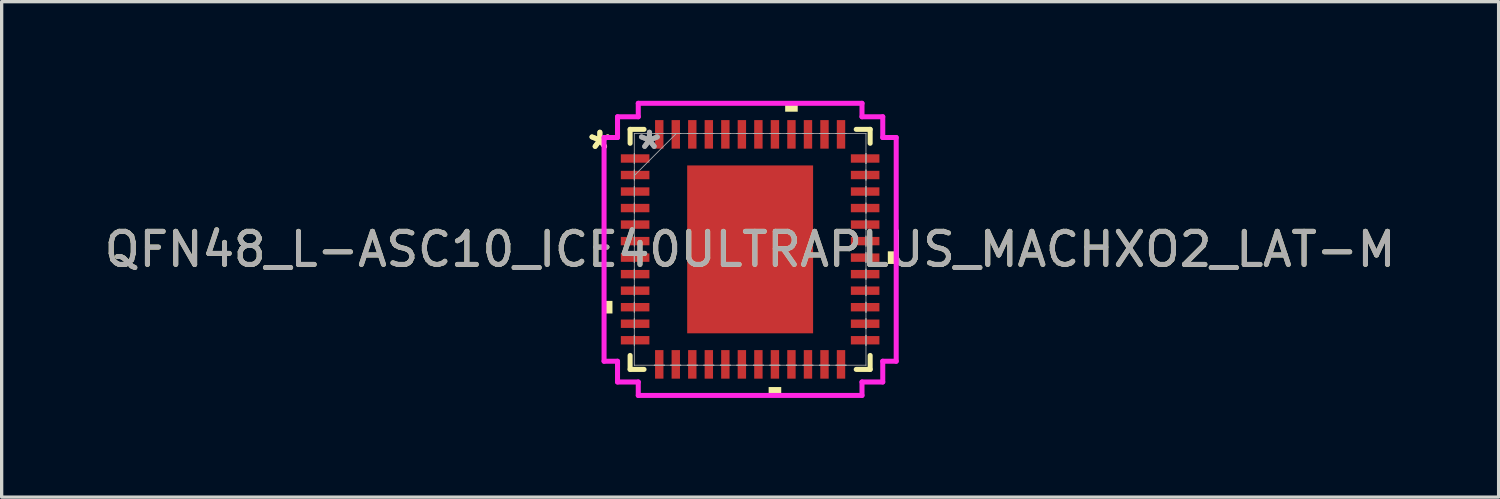
<source format=kicad_pcb>
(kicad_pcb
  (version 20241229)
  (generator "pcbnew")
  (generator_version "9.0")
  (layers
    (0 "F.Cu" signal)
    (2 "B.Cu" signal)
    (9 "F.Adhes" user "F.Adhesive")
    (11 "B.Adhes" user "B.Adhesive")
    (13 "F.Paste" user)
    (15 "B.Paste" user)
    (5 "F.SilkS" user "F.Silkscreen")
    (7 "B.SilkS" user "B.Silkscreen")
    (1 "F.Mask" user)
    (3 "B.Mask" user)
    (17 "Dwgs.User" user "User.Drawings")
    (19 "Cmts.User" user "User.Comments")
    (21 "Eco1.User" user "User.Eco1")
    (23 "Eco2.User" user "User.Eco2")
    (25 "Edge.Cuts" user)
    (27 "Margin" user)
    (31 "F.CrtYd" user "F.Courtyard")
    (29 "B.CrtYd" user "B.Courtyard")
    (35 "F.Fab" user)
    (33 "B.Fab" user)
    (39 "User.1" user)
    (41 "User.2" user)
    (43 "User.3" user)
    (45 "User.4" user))
  (footprint "QFN48_L-ASC10_ICE40ULTRAPLUS_MACHXO2_LAT-M"
    (layer "F.Cu")
    (at 19.649 4.496)
    (property "Reference" "QFN48_L-ASC10_ICE40ULTRAPLUS_MACHXO2_LAT-M" (at 0 0 0) (unlocked yes) (layer "F.SilkS") (effects (font (size 1 1) (thickness 0.15))))
    (attr smd)
    (fp_line (start -3.632 -3.632) (end -3.632 -3.21) (stroke (width 0.152) (type solid)) (layer "F.SilkS"))
    (fp_line (start -3.632 3.21) (end -3.632 3.632) (stroke (width 0.152) (type solid)) (layer "F.SilkS"))
    (fp_line (start -3.632 3.632) (end -3.21 3.632) (stroke (width 0.152) (type solid)) (layer "F.SilkS"))
    (fp_line (start -3.21 -3.632) (end -3.632 -3.632) (stroke (width 0.152) (type solid)) (layer "F.SilkS"))
    (fp_line (start 3.21 3.632) (end 3.632 3.632) (stroke (width 0.152) (type solid)) (layer "F.SilkS"))
    (fp_line (start 3.632 -3.632) (end 3.21 -3.632) (stroke (width 0.152) (type solid)) (layer "F.SilkS"))
    (fp_line (start 3.632 -3.21) (end 3.632 -3.632) (stroke (width 0.152) (type solid)) (layer "F.SilkS"))
    (fp_line (start 3.632 3.632) (end 3.632 3.21) (stroke (width 0.152) (type solid)) (layer "F.SilkS"))
    (fp_poly (pts (xy -4.42 1.559) (xy -4.42 1.94) (xy -4.166 1.94) (xy -4.166 1.559)) (stroke (width 0) (type solid)) (fill yes) (layer "F.SilkS"))
    (fp_poly (pts (xy 0.56 4.166) (xy 0.56 4.42) (xy 0.941 4.42) (xy 0.941 4.166)) (stroke (width 0) (type solid)) (fill yes) (layer "F.SilkS"))
    (fp_poly (pts (xy 1.06 -4.166) (xy 1.06 -4.42) (xy 1.44 -4.42) (xy 1.44 -4.166)) (stroke (width 0) (type solid)) (fill yes) (layer "F.SilkS"))
    (fp_poly (pts (xy 4.42 0.059) (xy 4.42 0.441) (xy 4.166 0.441) (xy 4.166 0.059)) (stroke (width 0) (type solid)) (fill yes) (layer "F.SilkS"))
    (fp_poly (pts (xy -1.805 -2.44) (xy -1.805 -1.37) (xy -0.735 -1.37) (xy -0.735 -2.44)) (stroke (width 0) (type solid)) (fill yes) (layer "F.Paste"))
    (fp_poly (pts (xy -1.805 -1.17) (xy -1.805 -0.1) (xy -0.735 -0.1) (xy -0.735 -1.17)) (stroke (width 0) (type solid)) (fill yes) (layer "F.Paste"))
    (fp_poly (pts (xy -1.805 0.1) (xy -1.805 1.17) (xy -0.735 1.17) (xy -0.735 0.1)) (stroke (width 0) (type solid)) (fill yes) (layer "F.Paste"))
    (fp_poly (pts (xy -1.805 1.37) (xy -1.805 2.44) (xy -0.735 2.44) (xy -0.735 1.37)) (stroke (width 0) (type solid)) (fill yes) (layer "F.Paste"))
    (fp_poly (pts (xy -0.535 -2.44) (xy -0.535 -1.37) (xy 0.535 -1.37) (xy 0.535 -2.44)) (stroke (width 0) (type solid)) (fill yes) (layer "F.Paste"))
    (fp_poly (pts (xy -0.535 -1.17) (xy -0.535 -0.1) (xy 0.535 -0.1) (xy 0.535 -1.17)) (stroke (width 0) (type solid)) (fill yes) (layer "F.Paste"))
    (fp_poly (pts (xy -0.535 0.1) (xy -0.535 1.17) (xy 0.535 1.17) (xy 0.535 0.1)) (stroke (width 0) (type solid)) (fill yes) (layer "F.Paste"))
    (fp_poly (pts (xy -0.535 1.37) (xy -0.535 2.44) (xy 0.535 2.44) (xy 0.535 1.37)) (stroke (width 0) (type solid)) (fill yes) (layer "F.Paste"))
    (fp_poly (pts (xy 0.735 -2.44) (xy 0.735 -1.37) (xy 1.805 -1.37) (xy 1.805 -2.44)) (stroke (width 0) (type solid)) (fill yes) (layer "F.Paste"))
    (fp_poly (pts (xy 0.735 -1.17) (xy 0.735 -0.1) (xy 1.805 -0.1) (xy 1.805 -1.17)) (stroke (width 0) (type solid)) (fill yes) (layer "F.Paste"))
    (fp_poly (pts (xy 0.735 0.1) (xy 0.735 1.17) (xy 1.805 1.17) (xy 1.805 0.1)) (stroke (width 0) (type solid)) (fill yes) (layer "F.Paste"))
    (fp_poly (pts (xy 0.735 1.37) (xy 0.735 2.44) (xy 1.805 2.44) (xy 1.805 1.37)) (stroke (width 0) (type solid)) (fill yes) (layer "F.Paste"))
    (fp_line (start -4.42 -3.385) (end -4.013 -3.385) (stroke (width 0.152) (type solid)) (layer "F.CrtYd"))
    (fp_line (start -4.42 3.385) (end -4.42 -3.385) (stroke (width 0.152) (type solid)) (layer "F.CrtYd"))
    (fp_line (start -4.013 -4.013) (end -3.385 -4.013) (stroke (width 0.152) (type solid)) (layer "F.CrtYd"))
    (fp_line (start -4.013 -3.385) (end -4.013 -4.013) (stroke (width 0.152) (type solid)) (layer "F.CrtYd"))
    (fp_line (start -4.013 3.385) (end -4.42 3.385) (stroke (width 0.152) (type solid)) (layer "F.CrtYd"))
    (fp_line (start -4.013 4.013) (end -4.013 3.385) (stroke (width 0.152) (type solid)) (layer "F.CrtYd"))
    (fp_line (start -3.385 -4.42) (end 3.385 -4.42) (stroke (width 0.152) (type solid)) (layer "F.CrtYd"))
    (fp_line (start -3.385 -4.013) (end -3.385 -4.42) (stroke (width 0.152) (type solid)) (layer "F.CrtYd"))
    (fp_line (start -3.385 4.013) (end -4.013 4.013) (stroke (width 0.152) (type solid)) (layer "F.CrtYd"))
    (fp_line (start -3.385 4.42) (end -3.385 4.013) (stroke (width 0.152) (type solid)) (layer "F.CrtYd"))
    (fp_line (start 3.385 -4.42) (end 3.385 -4.013) (stroke (width 0.152) (type solid)) (layer "F.CrtYd"))
    (fp_line (start 3.385 -4.013) (end 4.013 -4.013) (stroke (width 0.152) (type solid)) (layer "F.CrtYd"))
    (fp_line (start 3.385 4.013) (end 3.385 4.42) (stroke (width 0.152) (type solid)) (layer "F.CrtYd"))
    (fp_line (start 3.385 4.42) (end -3.385 4.42) (stroke (width 0.152) (type solid)) (layer "F.CrtYd"))
    (fp_line (start 4.013 -4.013) (end 4.013 -3.385) (stroke (width 0.152) (type solid)) (layer "F.CrtYd"))
    (fp_line (start 4.013 -3.385) (end 4.42 -3.385) (stroke (width 0.152) (type solid)) (layer "F.CrtYd"))
    (fp_line (start 4.013 3.385) (end 4.013 4.013) (stroke (width 0.152) (type solid)) (layer "F.CrtYd"))
    (fp_line (start 4.013 4.013) (end 3.385 4.013) (stroke (width 0.152) (type solid)) (layer "F.CrtYd"))
    (fp_line (start 4.42 -3.385) (end 4.42 3.385) (stroke (width 0.152) (type solid)) (layer "F.CrtYd"))
    (fp_line (start 4.42 3.385) (end 4.013 3.385) (stroke (width 0.152) (type solid)) (layer "F.CrtYd"))
    (fp_line (start -3.505 -3.505) (end -3.505 -3.505) (stroke (width 0.025) (type solid)) (layer "F.Fab"))
    (fp_line (start -3.505 -3.505) (end -3.505 3.505) (stroke (width 0.025) (type solid)) (layer "F.Fab"))
    (fp_line (start -3.505 -2.902) (end -3.505 -2.902) (stroke (width 0.025) (type solid)) (layer "F.Fab"))
    (fp_line (start -3.505 -2.902) (end -3.505 -2.598) (stroke (width 0.025) (type solid)) (layer "F.Fab"))
    (fp_line (start -3.505 -2.598) (end -3.505 -2.902) (stroke (width 0.025) (type solid)) (layer "F.Fab"))
    (fp_line (start -3.505 -2.598) (end -3.505 -2.598) (stroke (width 0.025) (type solid)) (layer "F.Fab"))
    (fp_line (start -3.505 -2.402) (end -3.505 -2.402) (stroke (width 0.025) (type solid)) (layer "F.Fab"))
    (fp_line (start -3.505 -2.402) (end -3.505 -2.098) (stroke (width 0.025) (type solid)) (layer "F.Fab"))
    (fp_line (start -3.505 -2.235) (end -2.235 -3.505) (stroke (width 0.025) (type solid)) (layer "F.Fab"))
    (fp_line (start -3.505 -2.098) (end -3.505 -2.402) (stroke (width 0.025) (type solid)) (layer "F.Fab"))
    (fp_line (start -3.505 -2.098) (end -3.505 -2.098) (stroke (width 0.025) (type solid)) (layer "F.Fab"))
    (fp_line (start -3.505 -1.902) (end -3.505 -1.902) (stroke (width 0.025) (type solid)) (layer "F.Fab"))
    (fp_line (start -3.505 -1.902) (end -3.505 -1.598) (stroke (width 0.025) (type solid)) (layer "F.Fab"))
    (fp_line (start -3.505 -1.598) (end -3.505 -1.902) (stroke (width 0.025) (type solid)) (layer "F.Fab"))
    (fp_line (start -3.505 -1.598) (end -3.505 -1.598) (stroke (width 0.025) (type solid)) (layer "F.Fab"))
    (fp_line (start -3.505 -1.402) (end -3.505 -1.402) (stroke (width 0.025) (type solid)) (layer "F.Fab"))
    (fp_line (start -3.505 -1.402) (end -3.505 -1.098) (stroke (width 0.025) (type solid)) (layer "F.Fab"))
    (fp_line (start -3.505 -1.098) (end -3.505 -1.402) (stroke (width 0.025) (type solid)) (layer "F.Fab"))
    (fp_line (start -3.505 -1.098) (end -3.505 -1.098) (stroke (width 0.025) (type solid)) (layer "F.Fab"))
    (fp_line (start -3.505 -0.902) (end -3.505 -0.902) (stroke (width 0.025) (type solid)) (layer "F.Fab"))
    (fp_line (start -3.505 -0.902) (end -3.505 -0.598) (stroke (width 0.025) (type solid)) (layer "F.Fab"))
    (fp_line (start -3.505 -0.598) (end -3.505 -0.902) (stroke (width 0.025) (type solid)) (layer "F.Fab"))
    (fp_line (start -3.505 -0.598) (end -3.505 -0.598) (stroke (width 0.025) (type solid)) (layer "F.Fab"))
    (fp_line (start -3.505 -0.402) (end -3.505 -0.402) (stroke (width 0.025) (type solid)) (layer "F.Fab"))
    (fp_line (start -3.505 -0.402) (end -3.505 -0.098) (stroke (width 0.025) (type solid)) (layer "F.Fab"))
    (fp_line (start -3.505 -0.098) (end -3.505 -0.402) (stroke (width 0.025) (type solid)) (layer "F.Fab"))
    (fp_line (start -3.505 -0.098) (end -3.505 -0.098) (stroke (width 0.025) (type solid)) (layer "F.Fab"))
    (fp_line (start -3.505 0.098) (end -3.505 0.098) (stroke (width 0.025) (type solid)) (layer "F.Fab"))
    (fp_line (start -3.505 0.098) (end -3.505 0.402) (stroke (width 0.025) (type solid)) (layer "F.Fab"))
    (fp_line (start -3.505 0.402) (end -3.505 0.098) (stroke (width 0.025) (type solid)) (layer "F.Fab"))
    (fp_line (start -3.505 0.402) (end -3.505 0.402) (stroke (width 0.025) (type solid)) (layer "F.Fab"))
    (fp_line (start -3.505 0.598) (end -3.505 0.598) (stroke (width 0.025) (type solid)) (layer "F.Fab"))
    (fp_line (start -3.505 0.598) (end -3.505 0.902) (stroke (width 0.025) (type solid)) (layer "F.Fab"))
    (fp_line (start -3.505 0.902) (end -3.505 0.598) (stroke (width 0.025) (type solid)) (layer "F.Fab"))
    (fp_line (start -3.505 0.902) (end -3.505 0.902) (stroke (width 0.025) (type solid)) (layer "F.Fab"))
    (fp_line (start -3.505 1.098) (end -3.505 1.098) (stroke (width 0.025) (type solid)) (layer "F.Fab"))
    (fp_line (start -3.505 1.098) (end -3.505 1.402) (stroke (width 0.025) (type solid)) (layer "F.Fab"))
    (fp_line (start -3.505 1.402) (end -3.505 1.098) (stroke (width 0.025) (type solid)) (layer "F.Fab"))
    (fp_line (start -3.505 1.402) (end -3.505 1.402) (stroke (width 0.025) (type solid)) (layer "F.Fab"))
    (fp_line (start -3.505 1.598) (end -3.505 1.598) (stroke (width 0.025) (type solid)) (layer "F.Fab"))
    (fp_line (start -3.505 1.598) (end -3.505 1.902) (stroke (width 0.025) (type solid)) (layer "F.Fab"))
    (fp_line (start -3.505 1.902) (end -3.505 1.598) (stroke (width 0.025) (type solid)) (layer "F.Fab"))
    (fp_line (start -3.505 1.902) (end -3.505 1.902) (stroke (width 0.025) (type solid)) (layer "F.Fab"))
    (fp_line (start -3.505 2.098) (end -3.505 2.098) (stroke (width 0.025) (type solid)) (layer "F.Fab"))
    (fp_line (start -3.505 2.098) (end -3.505 2.402) (stroke (width 0.025) (type solid)) (layer "F.Fab"))
    (fp_line (start -3.505 2.402) (end -3.505 2.098) (stroke (width 0.025) (type solid)) (layer "F.Fab"))
    (fp_line (start -3.505 2.402) (end -3.505 2.402) (stroke (width 0.025) (type solid)) (layer "F.Fab"))
    (fp_line (start -3.505 2.598) (end -3.505 2.598) (stroke (width 0.025) (type solid)) (layer "F.Fab"))
    (fp_line (start -3.505 2.598) (end -3.505 2.902) (stroke (width 0.025) (type solid)) (layer "F.Fab"))
    (fp_line (start -3.505 2.902) (end -3.505 2.598) (stroke (width 0.025) (type solid)) (layer "F.Fab"))
    (fp_line (start -3.505 2.902) (end -3.505 2.902) (stroke (width 0.025) (type solid)) (layer "F.Fab"))
    (fp_line (start -3.505 3.505) (end -3.505 3.505) (stroke (width 0.025) (type solid)) (layer "F.Fab"))
    (fp_line (start -3.505 3.505) (end 3.505 3.505) (stroke (width 0.025) (type solid)) (layer "F.Fab"))
    (fp_line (start -2.902 -3.505) (end -2.902 -3.505) (stroke (width 0.025) (type solid)) (layer "F.Fab"))
    (fp_line (start -2.902 -3.505) (end -2.598 -3.505) (stroke (width 0.025) (type solid)) (layer "F.Fab"))
    (fp_line (start -2.902 3.505) (end -2.902 3.505) (stroke (width 0.025) (type solid)) (layer "F.Fab"))
    (fp_line (start -2.902 3.505) (end -2.598 3.505) (stroke (width 0.025) (type solid)) (layer "F.Fab"))
    (fp_line (start -2.598 -3.505) (end -2.902 -3.505) (stroke (width 0.025) (type solid)) (layer "F.Fab"))
    (fp_line (start -2.598 -3.505) (end -2.598 -3.505) (stroke (width 0.025) (type solid)) (layer "F.Fab"))
    (fp_line (start -2.598 3.505) (end -2.902 3.505) (stroke (width 0.025) (type solid)) (layer "F.Fab"))
    (fp_line (start -2.598 3.505) (end -2.598 3.505) (stroke (width 0.025) (type solid)) (layer "F.Fab"))
    (fp_line (start -2.402 -3.505) (end -2.402 -3.505) (stroke (width 0.025) (type solid)) (layer "F.Fab"))
    (fp_line (start -2.402 -3.505) (end -2.098 -3.505) (stroke (width 0.025) (type solid)) (layer "F.Fab"))
    (fp_line (start -2.402 3.505) (end -2.402 3.505) (stroke (width 0.025) (type solid)) (layer "F.Fab"))
    (fp_line (start -2.402 3.505) (end -2.098 3.505) (stroke (width 0.025) (type solid)) (layer "F.Fab"))
    (fp_line (start -2.098 -3.505) (end -2.402 -3.505) (stroke (width 0.025) (type solid)) (layer "F.Fab"))
    (fp_line (start -2.098 -3.505) (end -2.098 -3.505) (stroke (width 0.025) (type solid)) (layer "F.Fab"))
    (fp_line (start -2.098 3.505) (end -2.402 3.505) (stroke (width 0.025) (type solid)) (layer "F.Fab"))
    (fp_line (start -2.098 3.505) (end -2.098 3.505) (stroke (width 0.025) (type solid)) (layer "F.Fab"))
    (fp_line (start -1.902 -3.505) (end -1.902 -3.505) (stroke (width 0.025) (type solid)) (layer "F.Fab"))
    (fp_line (start -1.902 -3.505) (end -1.598 -3.505) (stroke (width 0.025) (type solid)) (layer "F.Fab"))
    (fp_line (start -1.902 3.505) (end -1.902 3.505) (stroke (width 0.025) (type solid)) (layer "F.Fab"))
    (fp_line (start -1.902 3.505) (end -1.598 3.505) (stroke (width 0.025) (type solid)) (layer "F.Fab"))
    (fp_line (start -1.598 -3.505) (end -1.902 -3.505) (stroke (width 0.025) (type solid)) (layer "F.Fab"))
    (fp_line (start -1.598 -3.505) (end -1.598 -3.505) (stroke (width 0.025) (type solid)) (layer "F.Fab"))
    (fp_line (start -1.598 3.505) (end -1.902 3.505) (stroke (width 0.025) (type solid)) (layer "F.Fab"))
    (fp_line (start -1.598 3.505) (end -1.598 3.505) (stroke (width 0.025) (type solid)) (layer "F.Fab"))
    (fp_line (start -1.402 -3.505) (end -1.402 -3.505) (stroke (width 0.025) (type solid)) (layer "F.Fab"))
    (fp_line (start -1.402 -3.505) (end -1.098 -3.505) (stroke (width 0.025) (type solid)) (layer "F.Fab"))
    (fp_line (start -1.402 3.505) (end -1.402 3.505) (stroke (width 0.025) (type solid)) (layer "F.Fab"))
    (fp_line (start -1.402 3.505) (end -1.098 3.505) (stroke (width 0.025) (type solid)) (layer "F.Fab"))
    (fp_line (start -1.098 -3.505) (end -1.402 -3.505) (stroke (width 0.025) (type solid)) (layer "F.Fab"))
    (fp_line (start -1.098 -3.505) (end -1.098 -3.505) (stroke (width 0.025) (type solid)) (layer "F.Fab"))
    (fp_line (start -1.098 3.505) (end -1.402 3.505) (stroke (width 0.025) (type solid)) (layer "F.Fab"))
    (fp_line (start -1.098 3.505) (end -1.098 3.505) (stroke (width 0.025) (type solid)) (layer "F.Fab"))
    (fp_line (start -0.902 -3.505) (end -0.902 -3.505) (stroke (width 0.025) (type solid)) (layer "F.Fab"))
    (fp_line (start -0.902 -3.505) (end -0.598 -3.505) (stroke (width 0.025) (type solid)) (layer "F.Fab"))
    (fp_line (start -0.902 3.505) (end -0.902 3.505) (stroke (width 0.025) (type solid)) (layer "F.Fab"))
    (fp_line (start -0.902 3.505) (end -0.598 3.505) (stroke (width 0.025) (type solid)) (layer "F.Fab"))
    (fp_line (start -0.598 -3.505) (end -0.902 -3.505) (stroke (width 0.025) (type solid)) (layer "F.Fab"))
    (fp_line (start -0.598 -3.505) (end -0.598 -3.505) (stroke (width 0.025) (type solid)) (layer "F.Fab"))
    (fp_line (start -0.598 3.505) (end -0.902 3.505) (stroke (width 0.025) (type solid)) (layer "F.Fab"))
    (fp_line (start -0.598 3.505) (end -0.598 3.505) (stroke (width 0.025) (type solid)) (layer "F.Fab"))
    (fp_line (start -0.402 -3.505) (end -0.402 -3.505) (stroke (width 0.025) (type solid)) (layer "F.Fab"))
    (fp_line (start -0.402 -3.505) (end -0.098 -3.505) (stroke (width 0.025) (type solid)) (layer "F.Fab"))
    (fp_line (start -0.402 3.505) (end -0.402 3.505) (stroke (width 0.025) (type solid)) (layer "F.Fab"))
    (fp_line (start -0.402 3.505) (end -0.098 3.505) (stroke (width 0.025) (type solid)) (layer "F.Fab"))
    (fp_line (start -0.098 -3.505) (end -0.402 -3.505) (stroke (width 0.025) (type solid)) (layer "F.Fab"))
    (fp_line (start -0.098 -3.505) (end -0.098 -3.505) (stroke (width 0.025) (type solid)) (layer "F.Fab"))
    (fp_line (start -0.098 3.505) (end -0.402 3.505) (stroke (width 0.025) (type solid)) (layer "F.Fab"))
    (fp_line (start -0.098 3.505) (end -0.098 3.505) (stroke (width 0.025) (type solid)) (layer "F.Fab"))
    (fp_line (start 0.098 -3.505) (end 0.098 -3.505) (stroke (width 0.025) (type solid)) (layer "F.Fab"))
    (fp_line (start 0.098 -3.505) (end 0.402 -3.505) (stroke (width 0.025) (type solid)) (layer "F.Fab"))
    (fp_line (start 0.098 3.505) (end 0.098 3.505) (stroke (width 0.025) (type solid)) (layer "F.Fab"))
    (fp_line (start 0.098 3.505) (end 0.402 3.505) (stroke (width 0.025) (type solid)) (layer "F.Fab"))
    (fp_line (start 0.402 -3.505) (end 0.098 -3.505) (stroke (width 0.025) (type solid)) (layer "F.Fab"))
    (fp_line (start 0.402 -3.505) (end 0.402 -3.505) (stroke (width 0.025) (type solid)) (layer "F.Fab"))
    (fp_line (start 0.402 3.505) (end 0.098 3.505) (stroke (width 0.025) (type solid)) (layer "F.Fab"))
    (fp_line (start 0.402 3.505) (end 0.402 3.505) (stroke (width 0.025) (type solid)) (layer "F.Fab"))
    (fp_line (start 0.598 -3.505) (end 0.598 -3.505) (stroke (width 0.025) (type solid)) (layer "F.Fab"))
    (fp_line (start 0.598 -3.505) (end 0.902 -3.505) (stroke (width 0.025) (type solid)) (layer "F.Fab"))
    (fp_line (start 0.598 3.505) (end 0.598 3.505) (stroke (width 0.025) (type solid)) (layer "F.Fab"))
    (fp_line (start 0.598 3.505) (end 0.902 3.505) (stroke (width 0.025) (type solid)) (layer "F.Fab"))
    (fp_line (start 0.902 -3.505) (end 0.598 -3.505) (stroke (width 0.025) (type solid)) (layer "F.Fab"))
    (fp_line (start 0.902 -3.505) (end 0.902 -3.505) (stroke (width 0.025) (type solid)) (layer "F.Fab"))
    (fp_line (start 0.902 3.505) (end 0.598 3.505) (stroke (width 0.025) (type solid)) (layer "F.Fab"))
    (fp_line (start 0.902 3.505) (end 0.902 3.505) (stroke (width 0.025) (type solid)) (layer "F.Fab"))
    (fp_line (start 1.098 -3.505) (end 1.098 -3.505) (stroke (width 0.025) (type solid)) (layer "F.Fab"))
    (fp_line (start 1.098 -3.505) (end 1.402 -3.505) (stroke (width 0.025) (type solid)) (layer "F.Fab"))
    (fp_line (start 1.098 3.505) (end 1.098 3.505) (stroke (width 0.025) (type solid)) (layer "F.Fab"))
    (fp_line (start 1.098 3.505) (end 1.402 3.505) (stroke (width 0.025) (type solid)) (layer "F.Fab"))
    (fp_line (start 1.402 -3.505) (end 1.098 -3.505) (stroke (width 0.025) (type solid)) (layer "F.Fab"))
    (fp_line (start 1.402 -3.505) (end 1.402 -3.505) (stroke (width 0.025) (type solid)) (layer "F.Fab"))
    (fp_line (start 1.402 3.505) (end 1.098 3.505) (stroke (width 0.025) (type solid)) (layer "F.Fab"))
    (fp_line (start 1.402 3.505) (end 1.402 3.505) (stroke (width 0.025) (type solid)) (layer "F.Fab"))
    (fp_line (start 1.598 -3.505) (end 1.598 -3.505) (stroke (width 0.025) (type solid)) (layer "F.Fab"))
    (fp_line (start 1.598 -3.505) (end 1.902 -3.505) (stroke (width 0.025) (type solid)) (layer "F.Fab"))
    (fp_line (start 1.598 3.505) (end 1.598 3.505) (stroke (width 0.025) (type solid)) (layer "F.Fab"))
    (fp_line (start 1.598 3.505) (end 1.902 3.505) (stroke (width 0.025) (type solid)) (layer "F.Fab"))
    (fp_line (start 1.902 -3.505) (end 1.598 -3.505) (stroke (width 0.025) (type solid)) (layer "F.Fab"))
    (fp_line (start 1.902 -3.505) (end 1.902 -3.505) (stroke (width 0.025) (type solid)) (layer "F.Fab"))
    (fp_line (start 1.902 3.505) (end 1.598 3.505) (stroke (width 0.025) (type solid)) (layer "F.Fab"))
    (fp_line (start 1.902 3.505) (end 1.902 3.505) (stroke (width 0.025) (type solid)) (layer "F.Fab"))
    (fp_line (start 2.098 -3.505) (end 2.098 -3.505) (stroke (width 0.025) (type solid)) (layer "F.Fab"))
    (fp_line (start 2.098 -3.505) (end 2.402 -3.505) (stroke (width 0.025) (type solid)) (layer "F.Fab"))
    (fp_line (start 2.098 3.505) (end 2.098 3.505) (stroke (width 0.025) (type solid)) (layer "F.Fab"))
    (fp_line (start 2.098 3.505) (end 2.402 3.505) (stroke (width 0.025) (type solid)) (layer "F.Fab"))
    (fp_line (start 2.402 -3.505) (end 2.098 -3.505) (stroke (width 0.025) (type solid)) (layer "F.Fab"))
    (fp_line (start 2.402 -3.505) (end 2.402 -3.505) (stroke (width 0.025) (type solid)) (layer "F.Fab"))
    (fp_line (start 2.402 3.505) (end 2.098 3.505) (stroke (width 0.025) (type solid)) (layer "F.Fab"))
    (fp_line (start 2.402 3.505) (end 2.402 3.505) (stroke (width 0.025) (type solid)) (layer "F.Fab"))
    (fp_line (start 2.598 -3.505) (end 2.598 -3.505) (stroke (width 0.025) (type solid)) (layer "F.Fab"))
    (fp_line (start 2.598 -3.505) (end 2.902 -3.505) (stroke (width 0.025) (type solid)) (layer "F.Fab"))
    (fp_line (start 2.598 3.505) (end 2.598 3.505) (stroke (width 0.025) (type solid)) (layer "F.Fab"))
    (fp_line (start 2.598 3.505) (end 2.902 3.505) (stroke (width 0.025) (type solid)) (layer "F.Fab"))
    (fp_line (start 2.902 -3.505) (end 2.598 -3.505) (stroke (width 0.025) (type solid)) (layer "F.Fab"))
    (fp_line (start 2.902 -3.505) (end 2.902 -3.505) (stroke (width 0.025) (type solid)) (layer "F.Fab"))
    (fp_line (start 2.902 3.505) (end 2.598 3.505) (stroke (width 0.025) (type solid)) (layer "F.Fab"))
    (fp_line (start 2.902 3.505) (end 2.902 3.505) (stroke (width 0.025) (type solid)) (layer "F.Fab"))
    (fp_line (start 3.505 -3.505) (end -3.505 -3.505) (stroke (width 0.025) (type solid)) (layer "F.Fab"))
    (fp_line (start 3.505 -3.505) (end 3.505 -3.505) (stroke (width 0.025) (type solid)) (layer "F.Fab"))
    (fp_line (start 3.505 -2.902) (end 3.505 -2.902) (stroke (width 0.025) (type solid)) (layer "F.Fab"))
    (fp_line (start 3.505 -2.902) (end 3.505 -2.598) (stroke (width 0.025) (type solid)) (layer "F.Fab"))
    (fp_line (start 3.505 -2.598) (end 3.505 -2.902) (stroke (width 0.025) (type solid)) (layer "F.Fab"))
    (fp_line (start 3.505 -2.598) (end 3.505 -2.598) (stroke (width 0.025) (type solid)) (layer "F.Fab"))
    (fp_line (start 3.505 -2.402) (end 3.505 -2.402) (stroke (width 0.025) (type solid)) (layer "F.Fab"))
    (fp_line (start 3.505 -2.402) (end 3.505 -2.098) (stroke (width 0.025) (type solid)) (layer "F.Fab"))
    (fp_line (start 3.505 -2.098) (end 3.505 -2.402) (stroke (width 0.025) (type solid)) (layer "F.Fab"))
    (fp_line (start 3.505 -2.098) (end 3.505 -2.098) (stroke (width 0.025) (type solid)) (layer "F.Fab"))
    (fp_line (start 3.505 -1.902) (end 3.505 -1.902) (stroke (width 0.025) (type solid)) (layer "F.Fab"))
    (fp_line (start 3.505 -1.902) (end 3.505 -1.598) (stroke (width 0.025) (type solid)) (layer "F.Fab"))
    (fp_line (start 3.505 -1.598) (end 3.505 -1.902) (stroke (width 0.025) (type solid)) (layer "F.Fab"))
    (fp_line (start 3.505 -1.598) (end 3.505 -1.598) (stroke (width 0.025) (type solid)) (layer "F.Fab"))
    (fp_line (start 3.505 -1.402) (end 3.505 -1.402) (stroke (width 0.025) (type solid)) (layer "F.Fab"))
    (fp_line (start 3.505 -1.402) (end 3.505 -1.098) (stroke (width 0.025) (type solid)) (layer "F.Fab"))
    (fp_line (start 3.505 -1.098) (end 3.505 -1.402) (stroke (width 0.025) (type solid)) (layer "F.Fab"))
    (fp_line (start 3.505 -1.098) (end 3.505 -1.098) (stroke (width 0.025) (type solid)) (layer "F.Fab"))
    (fp_line (start 3.505 -0.902) (end 3.505 -0.902) (stroke (width 0.025) (type solid)) (layer "F.Fab"))
    (fp_line (start 3.505 -0.902) (end 3.505 -0.598) (stroke (width 0.025) (type solid)) (layer "F.Fab"))
    (fp_line (start 3.505 -0.598) (end 3.505 -0.902) (stroke (width 0.025) (type solid)) (layer "F.Fab"))
    (fp_line (start 3.505 -0.598) (end 3.505 -0.598) (stroke (width 0.025) (type solid)) (layer "F.Fab"))
    (fp_line (start 3.505 -0.402) (end 3.505 -0.402) (stroke (width 0.025) (type solid)) (layer "F.Fab"))
    (fp_line (start 3.505 -0.402) (end 3.505 -0.098) (stroke (width 0.025) (type solid)) (layer "F.Fab"))
    (fp_line (start 3.505 -0.098) (end 3.505 -0.402) (stroke (width 0.025) (type solid)) (layer "F.Fab"))
    (fp_line (start 3.505 -0.098) (end 3.505 -0.098) (stroke (width 0.025) (type solid)) (layer "F.Fab"))
    (fp_line (start 3.505 0.098) (end 3.505 0.098) (stroke (width 0.025) (type solid)) (layer "F.Fab"))
    (fp_line (start 3.505 0.098) (end 3.505 0.402) (stroke (width 0.025) (type solid)) (layer "F.Fab"))
    (fp_line (start 3.505 0.402) (end 3.505 0.098) (stroke (width 0.025) (type solid)) (layer "F.Fab"))
    (fp_line (start 3.505 0.402) (end 3.505 0.402) (stroke (width 0.025) (type solid)) (layer "F.Fab"))
    (fp_line (start 3.505 0.598) (end 3.505 0.598) (stroke (width 0.025) (type solid)) (layer "F.Fab"))
    (fp_line (start 3.505 0.598) (end 3.505 0.902) (stroke (width 0.025) (type solid)) (layer "F.Fab"))
    (fp_line (start 3.505 0.902) (end 3.505 0.598) (stroke (width 0.025) (type solid)) (layer "F.Fab"))
    (fp_line (start 3.505 0.902) (end 3.505 0.902) (stroke (width 0.025) (type solid)) (layer "F.Fab"))
    (fp_line (start 3.505 1.098) (end 3.505 1.098) (stroke (width 0.025) (type solid)) (layer "F.Fab"))
    (fp_line (start 3.505 1.098) (end 3.505 1.402) (stroke (width 0.025) (type solid)) (layer "F.Fab"))
    (fp_line (start 3.505 1.402) (end 3.505 1.098) (stroke (width 0.025) (type solid)) (layer "F.Fab"))
    (fp_line (start 3.505 1.402) (end 3.505 1.402) (stroke (width 0.025) (type solid)) (layer "F.Fab"))
    (fp_line (start 3.505 1.598) (end 3.505 1.598) (stroke (width 0.025) (type solid)) (layer "F.Fab"))
    (fp_line (start 3.505 1.598) (end 3.505 1.902) (stroke (width 0.025) (type solid)) (layer "F.Fab"))
    (fp_line (start 3.505 1.902) (end 3.505 1.598) (stroke (width 0.025) (type solid)) (layer "F.Fab"))
    (fp_line (start 3.505 1.902) (end 3.505 1.902) (stroke (width 0.025) (type solid)) (layer "F.Fab"))
    (fp_line (start 3.505 2.098) (end 3.505 2.098) (stroke (width 0.025) (type solid)) (layer "F.Fab"))
    (fp_line (start 3.505 2.098) (end 3.505 2.402) (stroke (width 0.025) (type solid)) (layer "F.Fab"))
    (fp_line (start 3.505 2.402) (end 3.505 2.098) (stroke (width 0.025) (type solid)) (layer "F.Fab"))
    (fp_line (start 3.505 2.402) (end 3.505 2.402) (stroke (width 0.025) (type solid)) (layer "F.Fab"))
    (fp_line (start 3.505 2.598) (end 3.505 2.598) (stroke (width 0.025) (type solid)) (layer "F.Fab"))
    (fp_line (start 3.505 2.598) (end 3.505 2.902) (stroke (width 0.025) (type solid)) (layer "F.Fab"))
    (fp_line (start 3.505 2.902) (end 3.505 2.598) (stroke (width 0.025) (type solid)) (layer "F.Fab"))
    (fp_line (start 3.505 2.902) (end 3.505 2.902) (stroke (width 0.025) (type solid)) (layer "F.Fab"))
    (fp_line (start 3.505 3.505) (end 3.505 -3.505) (stroke (width 0.025) (type solid)) (layer "F.Fab"))
    (fp_line (start 3.505 3.505) (end 3.505 3.505) (stroke (width 0.025) (type solid)) (layer "F.Fab"))
    (fp_text user "*" (at -4.547 -3 0) (layer "F.SilkS") (effects (font (size 1 1) (thickness 0.15))))
    (fp_text user "*" (at -4.547 -3 0) (unlocked yes) (layer "F.SilkS") (effects (font (size 1 1) (thickness 0.15))))
    (fp_text user "*" (at -3.048 -3 0) (layer "F.Fab") (effects (font (size 1 1) (thickness 0.15))))
    (fp_text user "${REFERENCE}" (at 0 0 0) (unlocked yes) (layer "F.Fab") (effects (font (size 1 1) (thickness 0.15))))
    (fp_text user "*" (at -3.048 -3 0) (unlocked yes) (layer "F.Fab") (effects (font (size 1 1) (thickness 0.15))))
    (pad "1" smd rect (at -3.48 -2.75 90) (size 0.254 0.864) (layers "F.Cu" "F.Mask" "F.Paste"))
    (pad "2" smd rect (at -3.48 -2.25 90) (size 0.254 0.864) (layers "F.Cu" "F.Mask" "F.Paste"))
    (pad "3" smd rect (at -3.48 -1.75 90) (size 0.254 0.864) (layers "F.Cu" "F.Mask" "F.Paste"))
    (pad "4" smd rect (at -3.48 -1.25 90) (size 0.254 0.864) (layers "F.Cu" "F.Mask" "F.Paste"))
    (pad "5" smd rect (at -3.48 -0.75 90) (size 0.254 0.864) (layers "F.Cu" "F.Mask" "F.Paste"))
    (pad "6" smd rect (at -3.48 -0.25 90) (size 0.254 0.864) (layers "F.Cu" "F.Mask" "F.Paste"))
    (pad "7" smd rect (at -3.48 0.25 90) (size 0.254 0.864) (layers "F.Cu" "F.Mask" "F.Paste"))
    (pad "8" smd rect (at -3.48 0.75 90) (size 0.254 0.864) (layers "F.Cu" "F.Mask" "F.Paste"))
    (pad "9" smd rect (at -3.48 1.25 90) (size 0.254 0.864) (layers "F.Cu" "F.Mask" "F.Paste"))
    (pad "10" smd rect (at -3.48 1.75 90) (size 0.254 0.864) (layers "F.Cu" "F.Mask" "F.Paste"))
    (pad "11" smd rect (at -3.48 2.25 90) (size 0.254 0.864) (layers "F.Cu" "F.Mask" "F.Paste"))
    (pad "12" smd rect (at -3.48 2.75 90) (size 0.254 0.864) (layers "F.Cu" "F.Mask" "F.Paste"))
    (pad "13" smd rect (at -2.75 3.48) (size 0.254 0.864) (layers "F.Cu" "F.Mask" "F.Paste"))
    (pad "14" smd rect (at -2.25 3.48) (size 0.254 0.864) (layers "F.Cu" "F.Mask" "F.Paste"))
    (pad "15" smd rect (at -1.75 3.48) (size 0.254 0.864) (layers "F.Cu" "F.Mask" "F.Paste"))
    (pad "16" smd rect (at -1.25 3.48) (size 0.254 0.864) (layers "F.Cu" "F.Mask" "F.Paste"))
    (pad "17" smd rect (at -0.75 3.48) (size 0.254 0.864) (layers "F.Cu" "F.Mask" "F.Paste"))
    (pad "18" smd rect (at -0.25 3.48) (size 0.254 0.864) (layers "F.Cu" "F.Mask" "F.Paste"))
    (pad "19" smd rect (at 0.25 3.48) (size 0.254 0.864) (layers "F.Cu" "F.Mask" "F.Paste"))
    (pad "20" smd rect (at 0.75 3.48) (size 0.254 0.864) (layers "F.Cu" "F.Mask" "F.Paste"))
    (pad "21" smd rect (at 1.25 3.48) (size 0.254 0.864) (layers "F.Cu" "F.Mask" "F.Paste"))
    (pad "22" smd rect (at 1.75 3.48) (size 0.254 0.864) (layers "F.Cu" "F.Mask" "F.Paste"))
    (pad "23" smd rect (at 2.25 3.48) (size 0.254 0.864) (layers "F.Cu" "F.Mask" "F.Paste"))
    (pad "24" smd rect (at 2.75 3.48) (size 0.254 0.864) (layers "F.Cu" "F.Mask" "F.Paste"))
    (pad "25" smd rect (at 3.48 2.75 90) (size 0.254 0.864) (layers "F.Cu" "F.Mask" "F.Paste"))
    (pad "26" smd rect (at 3.48 2.25 90) (size 0.254 0.864) (layers "F.Cu" "F.Mask" "F.Paste"))
    (pad "27" smd rect (at 3.48 1.75 90) (size 0.254 0.864) (layers "F.Cu" "F.Mask" "F.Paste"))
    (pad "28" smd rect (at 3.48 1.25 90) (size 0.254 0.864) (layers "F.Cu" "F.Mask" "F.Paste"))
    (pad "29" smd rect (at 3.48 0.75 90) (size 0.254 0.864) (layers "F.Cu" "F.Mask" "F.Paste"))
    (pad "30" smd rect (at 3.48 0.25 90) (size 0.254 0.864) (layers "F.Cu" "F.Mask" "F.Paste"))
    (pad "31" smd rect (at 3.48 -0.25 90) (size 0.254 0.864) (layers "F.Cu" "F.Mask" "F.Paste"))
    (pad "32" smd rect (at 3.48 -0.75 90) (size 0.254 0.864) (layers "F.Cu" "F.Mask" "F.Paste"))
    (pad "33" smd rect (at 3.48 -1.25 90) (size 0.254 0.864) (layers "F.Cu" "F.Mask" "F.Paste"))
    (pad "34" smd rect (at 3.48 -1.75 90) (size 0.254 0.864) (layers "F.Cu" "F.Mask" "F.Paste"))
    (pad "35" smd rect (at 3.48 -2.25 90) (size 0.254 0.864) (layers "F.Cu" "F.Mask" "F.Paste"))
    (pad "36" smd rect (at 3.48 -2.75 90) (size 0.254 0.864) (layers "F.Cu" "F.Mask" "F.Paste"))
    (pad "37" smd rect (at 2.75 -3.48) (size 0.254 0.864) (layers "F.Cu" "F.Mask" "F.Paste"))
    (pad "38" smd rect (at 2.25 -3.48) (size 0.254 0.864) (layers "F.Cu" "F.Mask" "F.Paste"))
    (pad "39" smd rect (at 1.75 -3.48) (size 0.254 0.864) (layers "F.Cu" "F.Mask" "F.Paste"))
    (pad "40" smd rect (at 1.25 -3.48) (size 0.254 0.864) (layers "F.Cu" "F.Mask" "F.Paste"))
    (pad "41" smd rect (at 0.75 -3.48) (size 0.254 0.864) (layers "F.Cu" "F.Mask" "F.Paste"))
    (pad "42" smd rect (at 0.25 -3.48) (size 0.254 0.864) (layers "F.Cu" "F.Mask" "F.Paste"))
    (pad "43" smd rect (at -0.25 -3.48) (size 0.254 0.864) (layers "F.Cu" "F.Mask" "F.Paste"))
    (pad "44" smd rect (at -0.75 -3.48) (size 0.254 0.864) (layers "F.Cu" "F.Mask" "F.Paste"))
    (pad "45" smd rect (at -1.25 -3.48) (size 0.254 0.864) (layers "F.Cu" "F.Mask" "F.Paste"))
    (pad "46" smd rect (at -1.75 -3.48) (size 0.254 0.864) (layers "F.Cu" "F.Mask" "F.Paste"))
    (pad "47" smd rect (at -2.25 -3.48) (size 0.254 0.864) (layers "F.Cu" "F.Mask" "F.Paste"))
    (pad "48" smd rect (at -2.75 -3.48) (size 0.254 0.864) (layers "F.Cu" "F.Mask" "F.Paste"))
    (pad "49" smd rect (at 0 0) (size 3.81 5.08) (layers "F.Cu" "F.Mask" "F.Paste")))
  (gr_rect
    (start -3 -3)
    (end 42.298 11.992)
    (stroke (width 0.1) (type default))
    (fill no)
    (layer "Edge.Cuts")))
</source>
